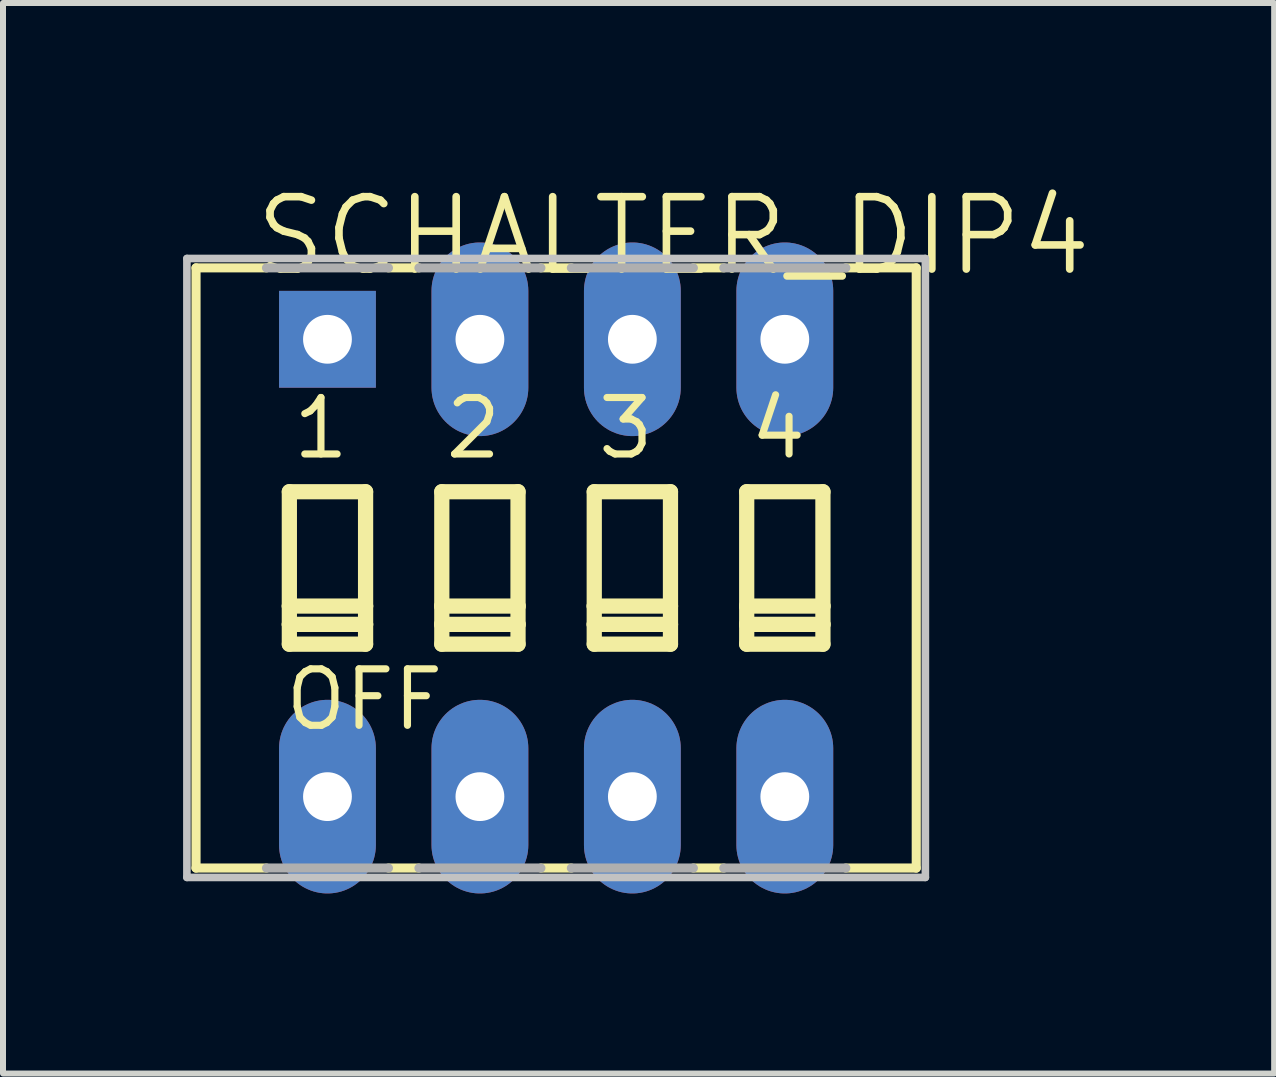
<source format=kicad_pcb>
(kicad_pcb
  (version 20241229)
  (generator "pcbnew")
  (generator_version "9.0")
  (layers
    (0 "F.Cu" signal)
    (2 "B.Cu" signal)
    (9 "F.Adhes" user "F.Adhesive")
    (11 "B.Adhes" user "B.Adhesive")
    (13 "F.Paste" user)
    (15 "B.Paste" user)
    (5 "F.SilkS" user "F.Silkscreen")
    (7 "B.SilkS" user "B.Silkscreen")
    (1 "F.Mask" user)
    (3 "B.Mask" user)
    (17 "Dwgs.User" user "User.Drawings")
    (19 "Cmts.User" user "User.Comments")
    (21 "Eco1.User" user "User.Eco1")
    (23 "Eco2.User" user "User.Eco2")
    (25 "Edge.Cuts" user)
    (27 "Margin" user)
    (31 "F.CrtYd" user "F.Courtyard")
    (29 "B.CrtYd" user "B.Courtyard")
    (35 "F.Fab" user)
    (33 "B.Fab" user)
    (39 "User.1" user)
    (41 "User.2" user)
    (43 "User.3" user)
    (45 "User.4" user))
  (footprint "SCHALTER_DIP4"
    (layer "F.Cu")
    (at 6.216 6.413)
    (property "Reference" "SCHALTER_DIP4" (at -5.08 -4.826 0) (layer "F.SilkS") (effects (font (size 1.206 1.206) (thickness 0.127)) (justify left bottom)))
    (attr through_hole)
    (fp_line (start -6 5) (end -6 -5) (stroke (width 0.152) (type solid)) (layer "F.SilkS"))
    (fp_line (start -4.826 -5) (end -6 -5) (stroke (width 0.152) (type solid)) (layer "F.SilkS"))
    (fp_line (start -4.826 5) (end -6 5) (stroke (width 0.152) (type solid)) (layer "F.SilkS"))
    (fp_line (start -4.445 -1.27) (end -4.445 0.635) (stroke (width 0.254) (type solid)) (layer "F.SilkS"))
    (fp_line (start -4.445 0.635) (end -4.445 0.94) (stroke (width 0.254) (type solid)) (layer "F.SilkS"))
    (fp_line (start -4.445 0.635) (end -3.175 0.635) (stroke (width 0.254) (type solid)) (layer "F.SilkS"))
    (fp_line (start -4.445 0.94) (end -4.445 1.27) (stroke (width 0.254) (type solid)) (layer "F.SilkS"))
    (fp_line (start -4.445 0.94) (end -3.175 0.94) (stroke (width 0.254) (type solid)) (layer "F.SilkS"))
    (fp_line (start -4.445 1.27) (end -3.175 1.27) (stroke (width 0.254) (type solid)) (layer "F.SilkS"))
    (fp_line (start -3.175 -1.27) (end -4.445 -1.27) (stroke (width 0.254) (type solid)) (layer "F.SilkS"))
    (fp_line (start -3.175 0.635) (end -3.175 -1.27) (stroke (width 0.254) (type solid)) (layer "F.SilkS"))
    (fp_line (start -3.175 0.94) (end -3.175 0.635) (stroke (width 0.254) (type solid)) (layer "F.SilkS"))
    (fp_line (start -3.175 1.27) (end -3.175 0.94) (stroke (width 0.254) (type solid)) (layer "F.SilkS"))
    (fp_line (start -2.794 -5) (end -2.286 -5) (stroke (width 0.152) (type solid)) (layer "F.SilkS"))
    (fp_line (start -2.794 5) (end -2.286 5) (stroke (width 0.152) (type solid)) (layer "F.SilkS"))
    (fp_line (start -1.905 -1.27) (end -1.905 0.635) (stroke (width 0.254) (type solid)) (layer "F.SilkS"))
    (fp_line (start -1.905 0.635) (end -1.905 0.94) (stroke (width 0.254) (type solid)) (layer "F.SilkS"))
    (fp_line (start -1.905 0.635) (end -0.635 0.635) (stroke (width 0.254) (type solid)) (layer "F.SilkS"))
    (fp_line (start -1.905 0.94) (end -1.905 1.27) (stroke (width 0.254) (type solid)) (layer "F.SilkS"))
    (fp_line (start -1.905 0.94) (end -0.635 0.94) (stroke (width 0.254) (type solid)) (layer "F.SilkS"))
    (fp_line (start -1.905 1.27) (end -0.635 1.27) (stroke (width 0.254) (type solid)) (layer "F.SilkS"))
    (fp_line (start -0.635 -1.27) (end -1.905 -1.27) (stroke (width 0.254) (type solid)) (layer "F.SilkS"))
    (fp_line (start -0.635 0.635) (end -0.635 -1.27) (stroke (width 0.254) (type solid)) (layer "F.SilkS"))
    (fp_line (start -0.635 0.94) (end -0.635 0.635) (stroke (width 0.254) (type solid)) (layer "F.SilkS"))
    (fp_line (start -0.635 1.27) (end -0.635 0.94) (stroke (width 0.254) (type solid)) (layer "F.SilkS"))
    (fp_line (start -0.254 -5) (end 0.254 -5) (stroke (width 0.152) (type solid)) (layer "F.SilkS"))
    (fp_line (start -0.254 5) (end 0.254 5) (stroke (width 0.152) (type solid)) (layer "F.SilkS"))
    (fp_line (start 0.635 -1.27) (end 0.635 0.635) (stroke (width 0.254) (type solid)) (layer "F.SilkS"))
    (fp_line (start 0.635 0.635) (end 0.635 0.94) (stroke (width 0.254) (type solid)) (layer "F.SilkS"))
    (fp_line (start 0.635 0.635) (end 1.905 0.635) (stroke (width 0.254) (type solid)) (layer "F.SilkS"))
    (fp_line (start 0.635 0.94) (end 0.635 1.27) (stroke (width 0.254) (type solid)) (layer "F.SilkS"))
    (fp_line (start 0.635 0.94) (end 1.905 0.94) (stroke (width 0.254) (type solid)) (layer "F.SilkS"))
    (fp_line (start 0.635 1.27) (end 1.905 1.27) (stroke (width 0.254) (type solid)) (layer "F.SilkS"))
    (fp_line (start 1.905 -1.27) (end 0.635 -1.27) (stroke (width 0.254) (type solid)) (layer "F.SilkS"))
    (fp_line (start 1.905 0.635) (end 1.905 -1.27) (stroke (width 0.254) (type solid)) (layer "F.SilkS"))
    (fp_line (start 1.905 0.94) (end 1.905 0.635) (stroke (width 0.254) (type solid)) (layer "F.SilkS"))
    (fp_line (start 1.905 1.27) (end 1.905 0.94) (stroke (width 0.254) (type solid)) (layer "F.SilkS"))
    (fp_line (start 2.286 -5) (end 2.794 -5) (stroke (width 0.152) (type solid)) (layer "F.SilkS"))
    (fp_line (start 2.286 5) (end 2.794 5) (stroke (width 0.152) (type solid)) (layer "F.SilkS"))
    (fp_line (start 3.175 -1.27) (end 3.175 0.635) (stroke (width 0.254) (type solid)) (layer "F.SilkS"))
    (fp_line (start 3.175 0.635) (end 3.175 0.94) (stroke (width 0.254) (type solid)) (layer "F.SilkS"))
    (fp_line (start 3.175 0.635) (end 4.445 0.635) (stroke (width 0.254) (type solid)) (layer "F.SilkS"))
    (fp_line (start 3.175 0.94) (end 3.175 1.27) (stroke (width 0.254) (type solid)) (layer "F.SilkS"))
    (fp_line (start 3.175 0.94) (end 4.445 0.94) (stroke (width 0.254) (type solid)) (layer "F.SilkS"))
    (fp_line (start 3.175 1.27) (end 4.445 1.27) (stroke (width 0.254) (type solid)) (layer "F.SilkS"))
    (fp_line (start 4.445 -1.27) (end 3.175 -1.27) (stroke (width 0.254) (type solid)) (layer "F.SilkS"))
    (fp_line (start 4.445 0.635) (end 4.445 -1.27) (stroke (width 0.254) (type solid)) (layer "F.SilkS"))
    (fp_line (start 4.445 0.94) (end 4.445 0.635) (stroke (width 0.254) (type solid)) (layer "F.SilkS"))
    (fp_line (start 4.445 1.27) (end 4.445 0.94) (stroke (width 0.254) (type solid)) (layer "F.SilkS"))
    (fp_line (start 4.826 -5) (end 6 -5) (stroke (width 0.152) (type solid)) (layer "F.SilkS"))
    (fp_line (start 4.826 5) (end 6 5) (stroke (width 0.152) (type solid)) (layer "F.SilkS"))
    (fp_line (start 6 -5) (end 6 5) (stroke (width 0.152) (type solid)) (layer "F.SilkS"))
    (fp_line (start -6.152 -5.156) (end 6.152 -5.156) (stroke (width 0.127) (type solid)) (layer "Dwgs.User"))
    (fp_line (start -6.152 5.156) (end -6.152 -5.156) (stroke (width 0.127) (type solid)) (layer "Dwgs.User"))
    (fp_line (start 6.152 -5.156) (end 6.152 5.156) (stroke (width 0.127) (type solid)) (layer "Dwgs.User"))
    (fp_line (start 6.152 5.156) (end -6.152 5.156) (stroke (width 0.127) (type solid)) (layer "Dwgs.User"))
    (fp_line (start -4.826 -5) (end -2.794 -5) (stroke (width 0.152) (type solid)) (layer "F.Fab"))
    (fp_line (start -2.794 5) (end -4.826 5) (stroke (width 0.152) (type solid)) (layer "F.Fab"))
    (fp_line (start -2.286 -5) (end -0.254 -5) (stroke (width 0.152) (type solid)) (layer "F.Fab"))
    (fp_line (start -2.286 5) (end -0.254 5) (stroke (width 0.152) (type solid)) (layer "F.Fab"))
    (fp_line (start 0.254 -5) (end 2.286 -5) (stroke (width 0.152) (type solid)) (layer "F.Fab"))
    (fp_line (start 0.254 5) (end 2.286 5) (stroke (width 0.152) (type solid)) (layer "F.Fab"))
    (fp_line (start 2.794 -5) (end 4.826 -5) (stroke (width 0.152) (type solid)) (layer "F.Fab"))
    (fp_line (start 2.794 5) (end 4.826 5) (stroke (width 0.152) (type solid)) (layer "F.Fab"))
    (fp_text user "1" (at -4.445 -1.778 0) (layer "F.SilkS") (effects (font (size 0.941 0.941) (thickness 0.119)) (justify left bottom)))
    (fp_text user "OFF" (at -4.572 2.743 0) (layer "F.SilkS") (effects (font (size 0.941 0.941) (thickness 0.119)) (justify left bottom)))
    (fp_text user "4" (at 3.175 -1.778 0) (layer "F.SilkS") (effects (font (size 0.941 0.941) (thickness 0.119)) (justify left bottom)))
    (fp_text user "2" (at -1.905 -1.778 0) (layer "F.SilkS") (effects (font (size 0.941 0.941) (thickness 0.119)) (justify left bottom)))
    (fp_text user "3" (at 0.635 -1.778 0) (layer "F.SilkS") (effects (font (size 0.941 0.941) (thickness 0.119)) (justify left bottom)))
    (pad "1" thru_hole oval (at -3.81 3.81 90) (size 3.226 1.613) (drill 0.813) (layers "*.Cu" "*.Mask"))
    (pad "2" thru_hole oval (at -1.27 3.81 90) (size 3.226 1.613) (drill 0.813) (layers "*.Cu" "*.Mask"))
    (pad "3" thru_hole oval (at 1.27 3.81 90) (size 3.226 1.613) (drill 0.813) (layers "*.Cu" "*.Mask"))
    (pad "4" thru_hole oval (at 3.81 3.81 90) (size 3.226 1.613) (drill 0.813) (layers "*.Cu" "*.Mask"))
    (pad "5" thru_hole oval (at 3.81 -3.81 90) (size 3.226 1.613) (drill 0.813) (layers "*.Cu" "*.Mask"))
    (pad "6" thru_hole oval (at 1.27 -3.81 90) (size 3.226 1.613) (drill 0.813) (layers "*.Cu" "*.Mask"))
    (pad "7" thru_hole oval (at -1.27 -3.81 90) (size 3.226 1.613) (drill 0.813) (layers "*.Cu" "*.Mask"))
    (pad "8" thru_hole rect (at -3.81 -3.81 90) (size 1.613 1.613) (drill 0.813) (layers "*.Cu" "*.Mask")))
  (gr_rect
    (start -3 -3)
    (end 18.179 14.836)
    (stroke (width 0.1) (type default))
    (fill no)
    (layer "Edge.Cuts")))
</source>
